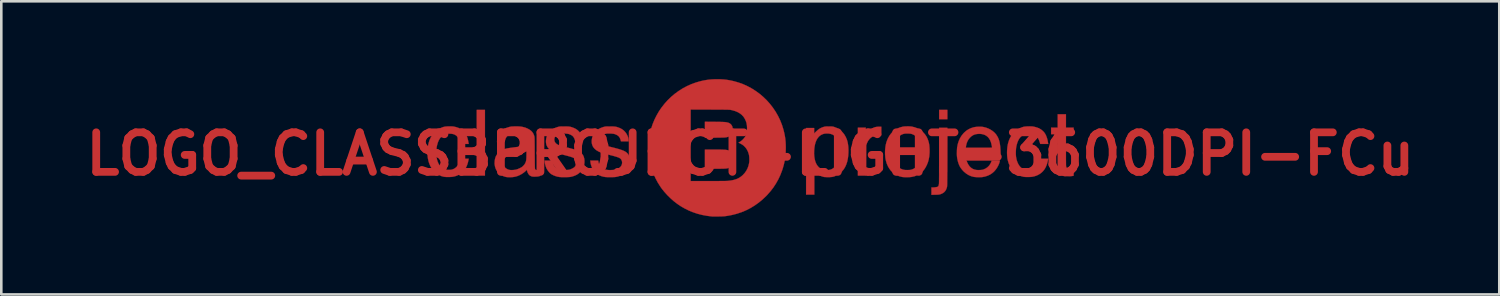
<source format=kicad_pcb>
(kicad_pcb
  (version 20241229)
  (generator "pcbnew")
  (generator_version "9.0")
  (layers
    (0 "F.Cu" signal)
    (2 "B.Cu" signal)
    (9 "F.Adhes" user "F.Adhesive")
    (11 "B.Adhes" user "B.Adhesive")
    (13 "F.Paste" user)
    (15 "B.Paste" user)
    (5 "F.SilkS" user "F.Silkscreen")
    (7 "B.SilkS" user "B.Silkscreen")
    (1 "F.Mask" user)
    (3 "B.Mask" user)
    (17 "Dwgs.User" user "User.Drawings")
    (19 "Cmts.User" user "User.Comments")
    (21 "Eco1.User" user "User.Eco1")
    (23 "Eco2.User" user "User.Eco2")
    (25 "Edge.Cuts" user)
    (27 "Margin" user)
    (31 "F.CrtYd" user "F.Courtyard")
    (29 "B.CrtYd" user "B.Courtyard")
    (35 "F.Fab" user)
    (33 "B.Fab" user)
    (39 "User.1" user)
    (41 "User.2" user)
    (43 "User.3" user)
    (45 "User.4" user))
  (footprint "LOGO_CLASSBPROJECT-LIGHT-3600DPI-FCu"
    (layer "F.Cu")
    (at 25.879 2.887)
    (property "Reference" "LOGO_CLASSBPROJECT-LIGHT-3600DPI-FCu" (at 0 0 0) (layer "F.Cu") (effects (font (size 1.524 1.524) (thickness 0.3))))
    (attr through_hole)
    (fp_poly (pts (xy -10.231 0.833) (xy -10.548 0.833) (xy -10.548 -1.7) (xy -10.231 -1.7) (xy -10.231 0.833)) (stroke (width 0.01) (type solid)) (fill yes) (layer "F.Cu"))
    (fp_poly (pts (xy 7.599 -1.341) (xy 7.281 -1.341) (xy 7.281 -1.7) (xy 7.599 -1.7) (xy 7.599 -1.341)) (stroke (width 0.01) (type solid)) (fill yes) (layer "F.Cu"))
    (fp_poly (pts (xy 5.052 -0.72) (xy 4.958 -0.72) (xy 4.876 -0.716) (xy 4.805 -0.705) (xy 4.743 -0.685) (xy 4.687 -0.656) (xy 4.637 -0.617) (xy 4.609 -0.59) (xy 4.568 -0.541) (xy 4.535 -0.493) (xy 4.508 -0.439) (xy 4.492 -0.397) (xy 4.47 -0.335) (xy 4.468 0.249) (xy 4.466 0.833) (xy 4.149 0.833) (xy 4.149 -1.016) (xy 4.452 -1.016) (xy 4.452 -0.724) (xy 4.473 -0.756) (xy 4.497 -0.79) (xy 4.529 -0.829) (xy 4.566 -0.869) (xy 4.604 -0.908) (xy 4.641 -0.94) (xy 4.646 -0.944) (xy 4.701 -0.985) (xy 4.755 -1.014) (xy 4.812 -1.035) (xy 4.874 -1.046) (xy 4.944 -1.051) (xy 4.963 -1.051) (xy 5.052 -1.051) (xy 5.052 -0.72)) (stroke (width 0.01) (type solid)) (fill yes) (layer "F.Cu"))
    (fp_poly (pts (xy -1.392 -0.169) (xy -1.294 -0.169) (xy -1.209 -0.169) (xy -1.136 -0.168) (xy -1.073 -0.166) (xy -1.02 -0.164) (xy -0.974 -0.162) (xy -0.936 -0.158) (xy -0.903 -0.153) (xy -0.874 -0.148) (xy -0.848 -0.141) (xy -0.825 -0.132) (xy -0.802 -0.123) (xy -0.785 -0.115) (xy -0.731 -0.081) (xy -0.686 -0.038) (xy -0.653 0.015) (xy -0.63 0.074) (xy -0.625 0.104) (xy -0.622 0.143) (xy -0.621 0.187) (xy -0.623 0.231) (xy -0.626 0.271) (xy -0.628 0.286) (xy -0.647 0.349) (xy -0.676 0.406) (xy -0.716 0.457) (xy -0.764 0.498) (xy -0.807 0.523) (xy -0.826 0.531) (xy -0.844 0.539) (xy -0.862 0.545) (xy -0.88 0.551) (xy -0.902 0.555) (xy -0.926 0.559) (xy -0.956 0.562) (xy -0.992 0.564) (xy -1.035 0.566) (xy -1.087 0.567) (xy -1.148 0.568) (xy -1.22 0.569) (xy -1.305 0.569) (xy -1.349 0.57) (xy -1.75 0.573) (xy -1.75 -0.169) (xy -1.392 -0.169)) (stroke (width 0.01) (type solid)) (fill yes) (layer "F.Cu"))
    (fp_poly (pts (xy -1.371 -1.24) (xy -1.283 -1.239) (xy -1.208 -1.238) (xy -1.144 -1.237) (xy -1.09 -1.236) (xy -1.045 -1.234) (xy -1.007 -1.232) (xy -0.975 -1.23) (xy -0.948 -1.227) (xy -0.923 -1.223) (xy -0.901 -1.219) (xy -0.878 -1.213) (xy -0.855 -1.207) (xy -0.844 -1.204) (xy -0.796 -1.182) (xy -0.752 -1.149) (xy -0.722 -1.112) (xy -0.705 -1.085) (xy -0.694 -1.058) (xy -0.686 -1.028) (xy -0.682 -0.992) (xy -0.681 -0.946) (xy -0.681 -0.935) (xy -0.682 -0.895) (xy -0.684 -0.866) (xy -0.687 -0.843) (xy -0.693 -0.823) (xy -0.697 -0.81) (xy -0.724 -0.761) (xy -0.761 -0.72) (xy -0.809 -0.687) (xy -0.822 -0.681) (xy -0.843 -0.671) (xy -0.861 -0.663) (xy -0.88 -0.656) (xy -0.899 -0.65) (xy -0.92 -0.645) (xy -0.945 -0.641) (xy -0.974 -0.638) (xy -1.009 -0.636) (xy -1.051 -0.634) (xy -1.102 -0.633) (xy -1.163 -0.632) (xy -1.234 -0.631) (xy -1.318 -0.63) (xy -1.36 -0.63) (xy -1.75 -0.627) (xy -1.75 -1.243) (xy -1.371 -1.24)) (stroke (width 0.01) (type solid)) (fill yes) (layer "F.Cu"))
    (fp_poly (pts (xy 7.597 0.111) (xy 7.597 0.259) (xy 7.596 0.394) (xy 7.596 0.515) (xy 7.596 0.625) (xy 7.595 0.723) (xy 7.595 0.811) (xy 7.594 0.888) (xy 7.594 0.956) (xy 7.593 1.015) (xy 7.593 1.066) (xy 7.592 1.11) (xy 7.592 1.147) (xy 7.591 1.178) (xy 7.59 1.203) (xy 7.589 1.224) (xy 7.588 1.241) (xy 7.587 1.254) (xy 7.585 1.265) (xy 7.584 1.274) (xy 7.582 1.281) (xy 7.559 1.352) (xy 7.527 1.412) (xy 7.485 1.463) (xy 7.433 1.504) (xy 7.37 1.537) (xy 7.313 1.556) (xy 7.291 1.561) (xy 7.263 1.565) (xy 7.227 1.568) (xy 7.18 1.57) (xy 7.128 1.571) (xy 6.985 1.575) (xy 6.985 1.291) (xy 7.029 1.291) (xy 7.069 1.29) (xy 7.111 1.286) (xy 7.152 1.281) (xy 7.188 1.274) (xy 7.215 1.267) (xy 7.218 1.266) (xy 7.238 1.254) (xy 7.253 1.236) (xy 7.264 1.209) (xy 7.272 1.171) (xy 7.274 1.16) (xy 7.275 1.146) (xy 7.276 1.118) (xy 7.277 1.077) (xy 7.278 1.022) (xy 7.278 0.956) (xy 7.279 0.877) (xy 7.28 0.786) (xy 7.28 0.683) (xy 7.28 0.57) (xy 7.281 0.446) (xy 7.281 0.312) (xy 7.281 0.168) (xy 7.281 0.051) (xy 7.281 -1.009) (xy 7.599 -1.009) (xy 7.597 0.111)) (stroke (width 0.01) (type solid)) (fill yes) (layer "F.Cu"))
    (fp_poly (pts (xy 12.171 -1.016) (xy 12.467 -1.016) (xy 12.467 -0.762) (xy 12.171 -0.762) (xy 12.171 -0.143) (xy 12.171 -0.035) (xy 12.171 0.06) (xy 12.171 0.142) (xy 12.171 0.213) (xy 12.172 0.274) (xy 12.172 0.325) (xy 12.173 0.367) (xy 12.173 0.402) (xy 12.174 0.429) (xy 12.175 0.451) (xy 12.176 0.468) (xy 12.178 0.481) (xy 12.179 0.49) (xy 12.181 0.497) (xy 12.183 0.503) (xy 12.184 0.504) (xy 12.198 0.53) (xy 12.215 0.549) (xy 12.237 0.563) (xy 12.266 0.572) (xy 12.304 0.577) (xy 12.354 0.578) (xy 12.372 0.579) (xy 12.467 0.579) (xy 12.467 0.838) (xy 12.427 0.847) (xy 12.399 0.851) (xy 12.362 0.854) (xy 12.318 0.857) (xy 12.27 0.858) (xy 12.221 0.858) (xy 12.175 0.858) (xy 12.134 0.856) (xy 12.102 0.853) (xy 12.085 0.85) (xy 12.025 0.829) (xy 11.975 0.799) (xy 11.934 0.758) (xy 11.901 0.707) (xy 11.876 0.644) (xy 11.865 0.602) (xy 11.863 0.592) (xy 11.861 0.58) (xy 11.86 0.565) (xy 11.858 0.547) (xy 11.857 0.524) (xy 11.856 0.495) (xy 11.855 0.46) (xy 11.855 0.417) (xy 11.854 0.366) (xy 11.854 0.306) (xy 11.854 0.236) (xy 11.853 0.155) (xy 11.853 0.063) (xy 11.853 -0.043) (xy 11.853 -0.105) (xy 11.853 -0.762) (xy 11.599 -0.762) (xy 11.599 -1.016) (xy 11.853 -1.016) (xy 11.853 -1.531) (xy 12.171 -1.531) (xy 12.171 -1.016)) (stroke (width 0.01) (type solid)) (fill yes) (layer "F.Cu"))
    (fp_poly (pts (xy -11.519 -1.064) (xy -11.473 -1.061) (xy -11.451 -1.059) (xy -11.35 -1.038) (xy -11.258 -1.008) (xy -11.175 -0.969) (xy -11.102 -0.92) (xy -11.039 -0.862) (xy -11.015 -0.835) (xy -10.972 -0.773) (xy -10.936 -0.7) (xy -10.906 -0.617) (xy -10.881 -0.522) (xy -10.863 -0.418) (xy -10.858 -0.388) (xy -11.167 -0.388) (xy -11.183 -0.449) (xy -11.206 -0.518) (xy -11.236 -0.583) (xy -11.271 -0.64) (xy -11.306 -0.68) (xy -11.349 -0.718) (xy -11.396 -0.746) (xy -11.449 -0.766) (xy -11.511 -0.778) (xy -11.583 -0.783) (xy -11.6 -0.783) (xy -11.647 -0.782) (xy -11.689 -0.778) (xy -11.721 -0.773) (xy -11.723 -0.772) (xy -11.796 -0.747) (xy -11.861 -0.71) (xy -11.919 -0.66) (xy -11.969 -0.599) (xy -12.012 -0.525) (xy -12.048 -0.439) (xy -12.076 -0.342) (xy -12.09 -0.277) (xy -12.097 -0.227) (xy -12.102 -0.167) (xy -12.105 -0.102) (xy -12.106 -0.035) (xy -12.105 0.029) (xy -12.101 0.087) (xy -12.097 0.12) (xy -12.079 0.213) (xy -12.052 0.3) (xy -12.018 0.377) (xy -11.978 0.445) (xy -11.931 0.501) (xy -11.887 0.54) (xy -11.842 0.569) (xy -11.792 0.59) (xy -11.757 0.6) (xy -11.71 0.609) (xy -11.655 0.613) (xy -11.597 0.613) (xy -11.544 0.609) (xy -11.508 0.603) (xy -11.442 0.58) (xy -11.381 0.545) (xy -11.326 0.498) (xy -11.277 0.439) (xy -11.235 0.37) (xy -11.2 0.292) (xy -11.176 0.213) (xy -11.168 0.183) (xy -10.858 0.183) (xy -10.862 0.21) (xy -10.886 0.324) (xy -10.919 0.427) (xy -10.959 0.519) (xy -11.008 0.6) (xy -11.066 0.671) (xy -11.132 0.732) (xy -11.18 0.766) (xy -11.247 0.805) (xy -11.315 0.836) (xy -11.39 0.86) (xy -11.473 0.878) (xy -11.475 0.878) (xy -11.513 0.883) (xy -11.561 0.886) (xy -11.614 0.888) (xy -11.668 0.888) (xy -11.721 0.887) (xy -11.768 0.884) (xy -11.806 0.879) (xy -11.814 0.878) (xy -11.911 0.852) (xy -12.002 0.813) (xy -12.086 0.763) (xy -12.162 0.701) (xy -12.231 0.629) (xy -12.291 0.546) (xy -12.342 0.454) (xy -12.384 0.352) (xy -12.41 0.265) (xy -12.43 0.17) (xy -12.442 0.065) (xy -12.446 -0.045) (xy -12.443 -0.156) (xy -12.432 -0.267) (xy -12.414 -0.374) (xy -12.403 -0.42) (xy -12.369 -0.529) (xy -12.324 -0.629) (xy -12.269 -0.722) (xy -12.205 -0.804) (xy -12.131 -0.877) (xy -12.049 -0.94) (xy -11.96 -0.991) (xy -11.863 -1.031) (xy -11.815 -1.045) (xy -11.78 -1.052) (xy -11.735 -1.058) (xy -11.683 -1.062) (xy -11.627 -1.064) (xy -11.572 -1.065) (xy -11.519 -1.064)) (stroke (width 0.01) (type solid)) (fill yes) (layer "F.Cu"))
    (fp_poly (pts (xy 10.826 -1.064) (xy 10.872 -1.061) (xy 10.894 -1.059) (xy 10.995 -1.038) (xy 11.087 -1.008) (xy 11.17 -0.969) (xy 11.243 -0.92) (xy 11.306 -0.862) (xy 11.33 -0.835) (xy 11.373 -0.773) (xy 11.409 -0.7) (xy 11.439 -0.617) (xy 11.464 -0.522) (xy 11.482 -0.418) (xy 11.487 -0.388) (xy 11.178 -0.388) (xy 11.162 -0.449) (xy 11.139 -0.518) (xy 11.109 -0.583) (xy 11.074 -0.64) (xy 11.039 -0.68) (xy 10.996 -0.718) (xy 10.949 -0.746) (xy 10.895 -0.766) (xy 10.834 -0.778) (xy 10.762 -0.783) (xy 10.745 -0.783) (xy 10.698 -0.782) (xy 10.656 -0.778) (xy 10.624 -0.773) (xy 10.622 -0.772) (xy 10.549 -0.747) (xy 10.484 -0.71) (xy 10.426 -0.66) (xy 10.376 -0.599) (xy 10.333 -0.525) (xy 10.297 -0.439) (xy 10.269 -0.342) (xy 10.255 -0.277) (xy 10.248 -0.227) (xy 10.243 -0.167) (xy 10.24 -0.102) (xy 10.239 -0.035) (xy 10.24 0.029) (xy 10.244 0.087) (xy 10.248 0.12) (xy 10.266 0.213) (xy 10.293 0.3) (xy 10.327 0.377) (xy 10.367 0.445) (xy 10.414 0.501) (xy 10.458 0.54) (xy 10.503 0.569) (xy 10.553 0.59) (xy 10.587 0.6) (xy 10.635 0.609) (xy 10.69 0.613) (xy 10.747 0.613) (xy 10.801 0.609) (xy 10.837 0.603) (xy 10.903 0.58) (xy 10.964 0.545) (xy 11.019 0.498) (xy 11.068 0.439) (xy 11.11 0.37) (xy 11.145 0.292) (xy 11.169 0.213) (xy 11.177 0.183) (xy 11.487 0.183) (xy 11.483 0.21) (xy 11.458 0.324) (xy 11.426 0.427) (xy 11.386 0.519) (xy 11.337 0.6) (xy 11.279 0.671) (xy 11.213 0.732) (xy 11.165 0.766) (xy 11.098 0.805) (xy 11.03 0.836) (xy 10.955 0.86) (xy 10.872 0.878) (xy 10.87 0.878) (xy 10.832 0.883) (xy 10.784 0.886) (xy 10.731 0.888) (xy 10.677 0.888) (xy 10.624 0.887) (xy 10.577 0.884) (xy 10.539 0.879) (xy 10.531 0.878) (xy 10.434 0.852) (xy 10.343 0.813) (xy 10.259 0.763) (xy 10.183 0.701) (xy 10.114 0.629) (xy 10.054 0.546) (xy 10.003 0.454) (xy 9.961 0.352) (xy 9.935 0.265) (xy 9.915 0.17) (xy 9.903 0.065) (xy 9.899 -0.045) (xy 9.902 -0.156) (xy 9.913 -0.267) (xy 9.931 -0.374) (xy 9.942 -0.42) (xy 9.976 -0.529) (xy 10.021 -0.629) (xy 10.076 -0.722) (xy 10.14 -0.804) (xy 10.214 -0.877) (xy 10.296 -0.94) (xy 10.385 -0.991) (xy 10.482 -1.031) (xy 10.53 -1.045) (xy 10.565 -1.052) (xy 10.61 -1.058) (xy 10.662 -1.062) (xy 10.717 -1.064) (xy 10.773 -1.065) (xy 10.826 -1.064)) (stroke (width 0.01) (type solid)) (fill yes) (layer "F.Cu"))
    (fp_poly (pts (xy 3.082 -1.061) (xy 3.119 -1.061) (xy 3.148 -1.059) (xy 3.171 -1.057) (xy 3.19 -1.054) (xy 3.21 -1.049) (xy 3.233 -1.042) (xy 3.235 -1.042) (xy 3.328 -1.006) (xy 3.414 -0.958) (xy 3.493 -0.899) (xy 3.564 -0.829) (xy 3.626 -0.75) (xy 3.678 -0.661) (xy 3.72 -0.565) (xy 3.728 -0.542) (xy 3.752 -0.457) (xy 3.769 -0.361) (xy 3.78 -0.259) (xy 3.785 -0.152) (xy 3.783 -0.042) (xy 3.776 0.067) (xy 3.762 0.172) (xy 3.742 0.272) (xy 3.729 0.321) (xy 3.692 0.427) (xy 3.645 0.524) (xy 3.588 0.61) (xy 3.522 0.686) (xy 3.447 0.752) (xy 3.362 0.807) (xy 3.327 0.826) (xy 3.281 0.847) (xy 3.24 0.863) (xy 3.201 0.876) (xy 3.161 0.884) (xy 3.117 0.889) (xy 3.065 0.892) (xy 3.002 0.892) (xy 2.995 0.892) (xy 2.946 0.892) (xy 2.909 0.891) (xy 2.88 0.89) (xy 2.857 0.888) (xy 2.837 0.885) (xy 2.818 0.88) (xy 2.796 0.874) (xy 2.79 0.872) (xy 2.739 0.855) (xy 2.694 0.835) (xy 2.654 0.812) (xy 2.614 0.783) (xy 2.572 0.745) (xy 2.549 0.723) (xy 2.469 0.646) (xy 2.469 1.566) (xy 2.152 1.566) (xy 2.152 -0.016) (xy 2.46 -0.016) (xy 2.467 0.094) (xy 2.482 0.195) (xy 2.506 0.286) (xy 2.538 0.367) (xy 2.578 0.437) (xy 2.627 0.496) (xy 2.683 0.545) (xy 2.748 0.582) (xy 2.82 0.608) (xy 2.847 0.614) (xy 2.879 0.618) (xy 2.919 0.62) (xy 2.963 0.62) (xy 3.007 0.618) (xy 3.046 0.614) (xy 3.072 0.61) (xy 3.135 0.587) (xy 3.197 0.552) (xy 3.254 0.507) (xy 3.306 0.454) (xy 3.349 0.396) (xy 3.365 0.368) (xy 3.397 0.298) (xy 3.422 0.224) (xy 3.441 0.144) (xy 3.454 0.055) (xy 3.461 -0.039) (xy 3.462 -0.149) (xy 3.454 -0.254) (xy 3.438 -0.352) (xy 3.413 -0.443) (xy 3.38 -0.525) (xy 3.339 -0.598) (xy 3.291 -0.659) (xy 3.281 -0.67) (xy 3.228 -0.716) (xy 3.169 -0.75) (xy 3.104 -0.773) (xy 3.031 -0.787) (xy 2.96 -0.79) (xy 2.916 -0.789) (xy 2.875 -0.786) (xy 2.844 -0.78) (xy 2.84 -0.78) (xy 2.767 -0.754) (xy 2.701 -0.717) (xy 2.644 -0.668) (xy 2.594 -0.607) (xy 2.552 -0.535) (xy 2.518 -0.451) (xy 2.492 -0.356) (xy 2.473 -0.249) (xy 2.463 -0.137) (xy 2.46 -0.016) (xy 2.152 -0.016) (xy 2.152 -1.002) (xy 2.462 -1.002) (xy 2.462 -0.792) (xy 2.538 -0.867) (xy 2.6 -0.923) (xy 2.66 -0.967) (xy 2.722 -1.003) (xy 2.791 -1.031) (xy 2.85 -1.049) (xy 2.87 -1.054) (xy 2.893 -1.057) (xy 2.92 -1.06) (xy 2.955 -1.061) (xy 3.001 -1.062) (xy 3.034 -1.062) (xy 3.082 -1.061)) (stroke (width 0.01) (type solid)) (fill yes) (layer "F.Cu"))
    (fp_poly (pts (xy 6.112 -1.065) (xy 6.168 -1.062) (xy 6.217 -1.057) (xy 6.234 -1.054) (xy 6.339 -1.029) (xy 6.439 -0.991) (xy 6.532 -0.941) (xy 6.618 -0.878) (xy 6.671 -0.829) (xy 6.735 -0.757) (xy 6.789 -0.679) (xy 6.832 -0.592) (xy 6.863 -0.508) (xy 6.88 -0.45) (xy 6.893 -0.392) (xy 6.902 -0.331) (xy 6.908 -0.264) (xy 6.912 -0.187) (xy 6.913 -0.175) (xy 6.912 -0.039) (xy 6.901 0.087) (xy 6.881 0.206) (xy 6.85 0.317) (xy 6.808 0.422) (xy 6.756 0.522) (xy 6.725 0.572) (xy 6.666 0.65) (xy 6.598 0.717) (xy 6.522 0.774) (xy 6.436 0.82) (xy 6.342 0.856) (xy 6.238 0.881) (xy 6.212 0.886) (xy 6.176 0.89) (xy 6.13 0.893) (xy 6.078 0.895) (xy 6.023 0.895) (xy 5.969 0.895) (xy 5.919 0.892) (xy 5.878 0.889) (xy 5.853 0.886) (xy 5.75 0.86) (xy 5.655 0.823) (xy 5.568 0.774) (xy 5.489 0.713) (xy 5.418 0.641) (xy 5.356 0.558) (xy 5.308 0.476) (xy 5.264 0.376) (xy 5.231 0.267) (xy 5.208 0.151) (xy 5.197 0.028) (xy 5.196 -0.058) (xy 5.524 -0.058) (xy 5.529 0.047) (xy 5.542 0.145) (xy 5.564 0.237) (xy 5.593 0.32) (xy 5.63 0.395) (xy 5.673 0.459) (xy 5.724 0.513) (xy 5.781 0.556) (xy 5.808 0.571) (xy 5.851 0.59) (xy 5.892 0.604) (xy 5.935 0.613) (xy 5.982 0.618) (xy 6.038 0.619) (xy 6.068 0.619) (xy 6.112 0.617) (xy 6.146 0.616) (xy 6.173 0.613) (xy 6.196 0.609) (xy 6.218 0.602) (xy 6.234 0.597) (xy 6.296 0.572) (xy 6.35 0.538) (xy 6.397 0.494) (xy 6.439 0.44) (xy 6.476 0.375) (xy 6.509 0.297) (xy 6.523 0.259) (xy 6.552 0.155) (xy 6.571 0.051) (xy 6.581 -0.057) (xy 6.581 -0.172) (xy 6.581 -0.173) (xy 6.575 -0.262) (xy 6.565 -0.341) (xy 6.549 -0.413) (xy 6.527 -0.479) (xy 6.498 -0.543) (xy 6.496 -0.546) (xy 6.453 -0.614) (xy 6.401 -0.672) (xy 6.339 -0.719) (xy 6.269 -0.755) (xy 6.244 -0.765) (xy 6.218 -0.773) (xy 6.194 -0.779) (xy 6.169 -0.784) (xy 6.14 -0.786) (xy 6.102 -0.788) (xy 6.084 -0.789) (xy 6.021 -0.789) (xy 5.967 -0.786) (xy 5.92 -0.778) (xy 5.875 -0.764) (xy 5.83 -0.745) (xy 5.77 -0.708) (xy 5.715 -0.66) (xy 5.667 -0.6) (xy 5.625 -0.529) (xy 5.589 -0.449) (xy 5.561 -0.361) (xy 5.541 -0.265) (xy 5.528 -0.162) (xy 5.524 -0.058) (xy 5.196 -0.058) (xy 5.196 -0.1) (xy 5.199 -0.161) (xy 5.21 -0.269) (xy 5.227 -0.366) (xy 5.249 -0.455) (xy 5.279 -0.538) (xy 5.313 -0.614) (xy 5.369 -0.711) (xy 5.433 -0.796) (xy 5.505 -0.87) (xy 5.586 -0.933) (xy 5.674 -0.984) (xy 5.77 -1.023) (xy 5.874 -1.051) (xy 5.896 -1.055) (xy 5.94 -1.06) (xy 5.994 -1.064) (xy 6.052 -1.065) (xy 6.112 -1.065)) (stroke (width 0.01) (type solid)) (fill yes) (layer "F.Cu"))
    (fp_poly (pts (xy 8.902 -1.05) (xy 8.957 -1.045) (xy 8.983 -1.041) (xy 9.079 -1.018) (xy 9.172 -0.984) (xy 9.258 -0.941) (xy 9.337 -0.89) (xy 9.407 -0.832) (xy 9.466 -0.769) (xy 9.488 -0.739) (xy 9.524 -0.683) (xy 9.554 -0.626) (xy 9.579 -0.565) (xy 9.6 -0.5) (xy 9.616 -0.428) (xy 9.629 -0.348) (xy 9.639 -0.258) (xy 9.646 -0.157) (xy 9.648 -0.101) (xy 9.652 0.007) (xy 8.304 0.007) (xy 8.304 0.037) (xy 8.306 0.067) (xy 8.311 0.106) (xy 8.318 0.15) (xy 8.326 0.195) (xy 8.335 0.235) (xy 8.34 0.253) (xy 8.368 0.334) (xy 8.405 0.406) (xy 8.449 0.469) (xy 8.5 0.522) (xy 8.557 0.563) (xy 8.581 0.575) (xy 8.627 0.595) (xy 8.672 0.608) (xy 8.72 0.616) (xy 8.775 0.62) (xy 8.837 0.619) (xy 8.88 0.617) (xy 8.913 0.615) (xy 8.94 0.611) (xy 8.964 0.606) (xy 8.99 0.598) (xy 8.992 0.597) (xy 9.068 0.564) (xy 9.136 0.519) (xy 9.195 0.464) (xy 9.244 0.4) (xy 9.282 0.327) (xy 9.29 0.307) (xy 9.31 0.254) (xy 9.467 0.254) (xy 9.624 0.254) (xy 9.62 0.28) (xy 9.604 0.342) (xy 9.578 0.409) (xy 9.544 0.478) (xy 9.504 0.546) (xy 9.458 0.609) (xy 9.409 0.666) (xy 9.398 0.678) (xy 9.322 0.743) (xy 9.239 0.797) (xy 9.147 0.839) (xy 9.046 0.871) (xy 8.956 0.889) (xy 8.912 0.893) (xy 8.86 0.895) (xy 8.802 0.896) (xy 8.744 0.894) (xy 8.688 0.891) (xy 8.639 0.886) (xy 8.608 0.881) (xy 8.51 0.854) (xy 8.418 0.813) (xy 8.33 0.759) (xy 8.247 0.692) (xy 8.24 0.686) (xy 8.174 0.616) (xy 8.117 0.543) (xy 8.07 0.464) (xy 8.033 0.377) (xy 8.003 0.282) (xy 7.98 0.176) (xy 7.973 0.127) (xy 7.969 0.088) (xy 7.966 0.039) (xy 7.965 -0.017) (xy 7.966 -0.076) (xy 7.967 -0.135) (xy 7.97 -0.189) (xy 7.974 -0.236) (xy 7.974 -0.24) (xy 8.31 -0.24) (xy 8.815 -0.24) (xy 8.912 -0.24) (xy 8.995 -0.24) (xy 9.067 -0.24) (xy 9.127 -0.24) (xy 9.177 -0.241) (xy 9.217 -0.241) (xy 9.249 -0.242) (xy 9.274 -0.243) (xy 9.292 -0.244) (xy 9.305 -0.245) (xy 9.313 -0.246) (xy 9.318 -0.248) (xy 9.32 -0.25) (xy 9.32 -0.252) (xy 9.319 -0.274) (xy 9.314 -0.305) (xy 9.306 -0.342) (xy 9.297 -0.382) (xy 9.288 -0.42) (xy 9.278 -0.453) (xy 9.278 -0.455) (xy 9.246 -0.533) (xy 9.206 -0.6) (xy 9.157 -0.657) (xy 9.099 -0.703) (xy 9.057 -0.727) (xy 9.005 -0.749) (xy 8.951 -0.764) (xy 8.894 -0.773) (xy 8.827 -0.776) (xy 8.822 -0.776) (xy 8.741 -0.771) (xy 8.669 -0.757) (xy 8.605 -0.732) (xy 8.595 -0.727) (xy 8.525 -0.682) (xy 8.465 -0.626) (xy 8.413 -0.561) (xy 8.372 -0.487) (xy 8.34 -0.404) (xy 8.319 -0.314) (xy 8.315 -0.28) (xy 8.31 -0.24) (xy 7.974 -0.24) (xy 7.976 -0.258) (xy 8 -0.38) (xy 8.035 -0.493) (xy 8.082 -0.598) (xy 8.139 -0.695) (xy 8.208 -0.783) (xy 8.254 -0.831) (xy 8.331 -0.898) (xy 8.416 -0.953) (xy 8.509 -0.996) (xy 8.607 -1.028) (xy 8.655 -1.038) (xy 8.713 -1.045) (xy 8.776 -1.05) (xy 8.841 -1.051) (xy 8.902 -1.05)) (stroke (width 0.01) (type solid)) (fill yes) (layer "F.Cu"))
    (fp_poly (pts (xy -7.109 -1.061) (xy -7.053 -1.06) (xy -7.006 -1.057) (xy -6.966 -1.052) (xy -6.928 -1.045) (xy -6.891 -1.035) (xy -6.853 -1.022) (xy -6.829 -1.013) (xy -6.755 -0.981) (xy -6.691 -0.942) (xy -6.65 -0.91) (xy -6.599 -0.86) (xy -6.553 -0.802) (xy -6.515 -0.737) (xy -6.485 -0.67) (xy -6.465 -0.602) (xy -6.456 -0.536) (xy -6.456 -0.524) (xy -6.456 -0.487) (xy -6.751 -0.487) (xy -6.759 -0.526) (xy -6.772 -0.57) (xy -6.793 -0.615) (xy -6.818 -0.656) (xy -6.845 -0.688) (xy -6.848 -0.691) (xy -6.887 -0.72) (xy -6.936 -0.746) (xy -6.991 -0.768) (xy -7.01 -0.773) (xy -7.039 -0.779) (xy -7.078 -0.783) (xy -7.124 -0.787) (xy -7.174 -0.789) (xy -7.223 -0.789) (xy -7.269 -0.788) (xy -7.307 -0.786) (xy -7.322 -0.783) (xy -7.38 -0.768) (xy -7.434 -0.744) (xy -7.48 -0.713) (xy -7.517 -0.676) (xy -7.537 -0.646) (xy -7.547 -0.619) (xy -7.553 -0.585) (xy -7.555 -0.57) (xy -7.553 -0.517) (xy -7.538 -0.469) (xy -7.51 -0.426) (xy -7.469 -0.388) (xy -7.415 -0.355) (xy -7.365 -0.332) (xy -7.345 -0.325) (xy -7.314 -0.316) (xy -7.273 -0.304) (xy -7.225 -0.291) (xy -7.172 -0.277) (xy -7.115 -0.263) (xy -7.084 -0.255) (xy -6.984 -0.23) (xy -6.896 -0.206) (xy -6.82 -0.185) (xy -6.755 -0.164) (xy -6.699 -0.144) (xy -6.651 -0.125) (xy -6.61 -0.105) (xy -6.575 -0.085) (xy -6.545 -0.064) (xy -6.536 -0.057) (xy -6.504 -0.026) (xy -6.472 0.014) (xy -6.444 0.058) (xy -6.424 0.102) (xy -6.422 0.106) (xy -6.403 0.177) (xy -6.394 0.255) (xy -6.395 0.335) (xy -6.406 0.415) (xy -6.427 0.492) (xy -6.452 0.549) (xy -6.498 0.627) (xy -6.555 0.696) (xy -6.621 0.754) (xy -6.697 0.803) (xy -6.784 0.842) (xy -6.881 0.872) (xy -6.885 0.873) (xy -6.911 0.878) (xy -6.934 0.883) (xy -6.957 0.886) (xy -6.983 0.889) (xy -7.015 0.89) (xy -7.054 0.892) (xy -7.104 0.892) (xy -7.133 0.893) (xy -7.184 0.893) (xy -7.234 0.893) (xy -7.279 0.892) (xy -7.317 0.891) (xy -7.345 0.889) (xy -7.355 0.888) (xy -7.434 0.874) (xy -7.51 0.852) (xy -7.583 0.824) (xy -7.648 0.792) (xy -7.694 0.761) (xy -7.73 0.729) (xy -7.768 0.688) (xy -7.805 0.64) (xy -7.837 0.589) (xy -7.857 0.554) (xy -7.883 0.49) (xy -7.906 0.419) (xy -7.921 0.347) (xy -7.927 0.305) (xy -7.932 0.254) (xy -7.628 0.254) (xy -7.623 0.28) (xy -7.619 0.303) (xy -7.613 0.331) (xy -7.609 0.348) (xy -7.587 0.413) (xy -7.554 0.469) (xy -7.51 0.517) (xy -7.456 0.556) (xy -7.39 0.586) (xy -7.314 0.608) (xy -7.279 0.614) (xy -7.244 0.618) (xy -7.201 0.62) (xy -7.152 0.62) (xy -7.102 0.618) (xy -7.053 0.615) (xy -7.01 0.611) (xy -6.977 0.606) (xy -6.967 0.603) (xy -6.919 0.587) (xy -6.87 0.565) (xy -6.826 0.541) (xy -6.789 0.515) (xy -6.773 0.5) (xy -6.74 0.458) (xy -6.718 0.41) (xy -6.707 0.358) (xy -6.707 0.306) (xy -6.719 0.257) (xy -6.739 0.216) (xy -6.751 0.199) (xy -6.766 0.184) (xy -6.783 0.169) (xy -6.804 0.156) (xy -6.831 0.142) (xy -6.864 0.129) (xy -6.905 0.114) (xy -6.954 0.099) (xy -7.013 0.082) (xy -7.083 0.063) (xy -7.165 0.042) (xy -7.204 0.032) (xy -7.281 0.012) (xy -7.347 -0.005) (xy -7.402 -0.02) (xy -7.448 -0.033) (xy -7.487 -0.045) (xy -7.52 -0.056) (xy -7.549 -0.067) (xy -7.575 -0.078) (xy -7.601 -0.09) (xy -7.627 -0.103) (xy -7.627 -0.103) (xy -7.701 -0.147) (xy -7.762 -0.198) (xy -7.811 -0.254) (xy -7.846 -0.316) (xy -7.869 -0.385) (xy -7.879 -0.459) (xy -7.878 -0.525) (xy -7.864 -0.616) (xy -7.838 -0.7) (xy -7.8 -0.776) (xy -7.751 -0.844) (xy -7.69 -0.905) (xy -7.619 -0.957) (xy -7.537 -1) (xy -7.445 -1.034) (xy -7.404 -1.046) (xy -7.382 -1.051) (xy -7.362 -1.055) (xy -7.34 -1.058) (xy -7.314 -1.06) (xy -7.283 -1.061) (xy -7.243 -1.062) (xy -7.191 -1.062) (xy -7.176 -1.062) (xy -7.109 -1.061)) (stroke (width 0.01) (type solid)) (fill yes) (layer "F.Cu"))
    (fp_poly (pts (xy -5.345 -1.061) (xy -5.289 -1.06) (xy -5.243 -1.057) (xy -5.202 -1.052) (xy -5.164 -1.045) (xy -5.128 -1.035) (xy -5.089 -1.022) (xy -5.065 -1.013) (xy -4.991 -0.981) (xy -4.927 -0.942) (xy -4.886 -0.91) (xy -4.835 -0.86) (xy -4.789 -0.802) (xy -4.751 -0.737) (xy -4.721 -0.67) (xy -4.701 -0.602) (xy -4.692 -0.536) (xy -4.692 -0.524) (xy -4.692 -0.487) (xy -4.987 -0.487) (xy -4.995 -0.526) (xy -5.009 -0.57) (xy -5.029 -0.615) (xy -5.054 -0.656) (xy -5.081 -0.688) (xy -5.084 -0.691) (xy -5.123 -0.72) (xy -5.172 -0.746) (xy -5.227 -0.768) (xy -5.246 -0.773) (xy -5.275 -0.779) (xy -5.314 -0.783) (xy -5.36 -0.787) (xy -5.41 -0.789) (xy -5.459 -0.789) (xy -5.505 -0.788) (xy -5.543 -0.786) (xy -5.558 -0.783) (xy -5.616 -0.768) (xy -5.67 -0.744) (xy -5.716 -0.713) (xy -5.753 -0.676) (xy -5.773 -0.646) (xy -5.783 -0.619) (xy -5.79 -0.585) (xy -5.791 -0.57) (xy -5.789 -0.517) (xy -5.774 -0.469) (xy -5.746 -0.426) (xy -5.705 -0.388) (xy -5.651 -0.355) (xy -5.601 -0.332) (xy -5.581 -0.325) (xy -5.55 -0.316) (xy -5.51 -0.304) (xy -5.461 -0.291) (xy -5.408 -0.277) (xy -5.351 -0.263) (xy -5.32 -0.255) (xy -5.22 -0.23) (xy -5.132 -0.206) (xy -5.057 -0.185) (xy -4.991 -0.164) (xy -4.935 -0.144) (xy -4.887 -0.125) (xy -4.846 -0.105) (xy -4.811 -0.085) (xy -4.781 -0.064) (xy -4.772 -0.057) (xy -4.74 -0.026) (xy -4.708 0.014) (xy -4.681 0.058) (xy -4.66 0.102) (xy -4.658 0.106) (xy -4.639 0.177) (xy -4.63 0.255) (xy -4.631 0.335) (xy -4.642 0.415) (xy -4.663 0.492) (xy -4.688 0.549) (xy -4.735 0.627) (xy -4.791 0.696) (xy -4.857 0.754) (xy -4.933 0.803) (xy -5.02 0.842) (xy -5.117 0.872) (xy -5.121 0.873) (xy -5.147 0.878) (xy -5.17 0.883) (xy -5.193 0.886) (xy -5.219 0.889) (xy -5.251 0.89) (xy -5.29 0.892) (xy -5.34 0.892) (xy -5.369 0.893) (xy -5.421 0.893) (xy -5.47 0.893) (xy -5.515 0.892) (xy -5.553 0.891) (xy -5.581 0.889) (xy -5.592 0.888) (xy -5.67 0.874) (xy -5.747 0.852) (xy -5.819 0.824) (xy -5.884 0.792) (xy -5.93 0.761) (xy -5.966 0.729) (xy -6.004 0.688) (xy -6.041 0.64) (xy -6.074 0.589) (xy -6.093 0.554) (xy -6.119 0.49) (xy -6.142 0.419) (xy -6.157 0.347) (xy -6.163 0.305) (xy -6.168 0.254) (xy -5.864 0.254) (xy -5.859 0.28) (xy -5.855 0.303) (xy -5.849 0.331) (xy -5.845 0.348) (xy -5.823 0.413) (xy -5.79 0.469) (xy -5.746 0.517) (xy -5.692 0.556) (xy -5.626 0.586) (xy -5.55 0.608) (xy -5.515 0.614) (xy -5.481 0.618) (xy -5.437 0.62) (xy -5.388 0.62) (xy -5.338 0.618) (xy -5.289 0.615) (xy -5.246 0.611) (xy -5.213 0.606) (xy -5.203 0.603) (xy -5.155 0.587) (xy -5.106 0.565) (xy -5.062 0.541) (xy -5.025 0.515) (xy -5.009 0.5) (xy -4.976 0.458) (xy -4.954 0.41) (xy -4.943 0.358) (xy -4.943 0.306) (xy -4.955 0.257) (xy -4.975 0.216) (xy -4.987 0.199) (xy -5.002 0.184) (xy -5.019 0.169) (xy -5.04 0.156) (xy -5.067 0.142) (xy -5.1 0.129) (xy -5.141 0.114) (xy -5.19 0.099) (xy -5.249 0.082) (xy -5.319 0.063) (xy -5.402 0.042) (xy -5.44 0.032) (xy -5.518 0.012) (xy -5.583 -0.005) (xy -5.638 -0.02) (xy -5.684 -0.033) (xy -5.723 -0.045) (xy -5.756 -0.056) (xy -5.785 -0.067) (xy -5.811 -0.078) (xy -5.837 -0.09) (xy -5.863 -0.103) (xy -5.863 -0.103) (xy -5.937 -0.147) (xy -5.998 -0.198) (xy -6.047 -0.254) (xy -6.082 -0.316) (xy -6.105 -0.385) (xy -6.115 -0.459) (xy -6.114 -0.525) (xy -6.1 -0.616) (xy -6.074 -0.7) (xy -6.036 -0.776) (xy -5.987 -0.844) (xy -5.926 -0.905) (xy -5.855 -0.957) (xy -5.773 -1) (xy -5.681 -1.034) (xy -5.64 -1.046) (xy -5.618 -1.051) (xy -5.598 -1.055) (xy -5.576 -1.058) (xy -5.55 -1.06) (xy -5.519 -1.061) (xy -5.479 -1.062) (xy -5.427 -1.062) (xy -5.412 -1.062) (xy -5.345 -1.061)) (stroke (width 0.01) (type solid)) (fill yes) (layer "F.Cu"))
    (fp_poly (pts (xy -1.152 -2.88) (xy -1.036 -2.873) (xy -0.924 -2.862) (xy -0.814 -2.845) (xy -0.7 -2.821) (xy -0.629 -2.805) (xy -0.449 -2.753) (xy -0.273 -2.689) (xy -0.104 -2.612) (xy 0.06 -2.524) (xy 0.216 -2.424) (xy 0.365 -2.315) (xy 0.506 -2.195) (xy 0.638 -2.066) (xy 0.761 -1.928) (xy 0.875 -1.781) (xy 0.978 -1.627) (xy 1.07 -1.466) (xy 1.151 -1.299) (xy 1.22 -1.125) (xy 1.276 -0.946) (xy 1.29 -0.892) (xy 1.316 -0.782) (xy 1.336 -0.678) (xy 1.351 -0.575) (xy 1.361 -0.471) (xy 1.367 -0.362) (xy 1.369 -0.242) (xy 1.369 -0.232) (xy 1.365 -0.064) (xy 1.351 0.097) (xy 1.328 0.252) (xy 1.295 0.405) (xy 1.251 0.559) (xy 1.23 0.624) (xy 1.162 0.803) (xy 1.083 0.973) (xy 0.992 1.135) (xy 0.891 1.29) (xy 0.776 1.439) (xy 0.65 1.582) (xy 0.618 1.615) (xy 0.475 1.751) (xy 0.326 1.874) (xy 0.17 1.985) (xy 0.008 2.084) (xy -0.161 2.17) (xy -0.336 2.243) (xy -0.518 2.304) (xy -0.706 2.352) (xy -0.899 2.388) (xy -0.933 2.392) (xy -0.976 2.398) (xy -1.021 2.402) (xy -1.069 2.405) (xy -1.125 2.407) (xy -1.19 2.408) (xy -1.238 2.409) (xy -1.291 2.41) (xy -1.342 2.41) (xy -1.386 2.41) (xy -1.424 2.41) (xy -1.451 2.409) (xy -1.467 2.409) (xy -1.468 2.409) (xy -1.665 2.385) (xy -1.854 2.35) (xy -2.036 2.304) (xy -2.211 2.245) (xy -2.381 2.175) (xy -2.547 2.092) (xy -2.688 2.009) (xy -2.822 1.918) (xy -2.954 1.816) (xy -3.081 1.703) (xy -3.202 1.584) (xy -3.315 1.458) (xy -3.417 1.33) (xy -3.459 1.27) (xy -3.564 1.106) (xy -3.597 1.044) (xy -2.3 1.044) (xy -1.616 1.044) (xy -1.499 1.044) (xy -1.389 1.044) (xy -1.287 1.044) (xy -1.195 1.043) (xy -1.112 1.042) (xy -1.039 1.042) (xy -0.977 1.041) (xy -0.927 1.04) (xy -0.889 1.039) (xy -0.865 1.037) (xy -0.86 1.037) (xy -0.752 1.023) (xy -0.655 1.005) (xy -0.57 0.981) (xy -0.492 0.952) (xy -0.422 0.915) (xy -0.357 0.871) (xy -0.295 0.82) (xy -0.29 0.815) (xy -0.218 0.737) (xy -0.157 0.651) (xy -0.107 0.558) (xy -0.07 0.458) (xy -0.046 0.353) (xy -0.045 0.352) (xy -0.039 0.299) (xy -0.036 0.238) (xy -0.037 0.175) (xy -0.04 0.113) (xy -0.047 0.057) (xy -0.056 0.011) (xy -0.087 -0.084) (xy -0.128 -0.168) (xy -0.18 -0.243) (xy -0.241 -0.308) (xy -0.313 -0.363) (xy -0.395 -0.409) (xy -0.404 -0.413) (xy -0.427 -0.424) (xy -0.444 -0.432) (xy -0.451 -0.438) (xy -0.451 -0.438) (xy -0.446 -0.444) (xy -0.433 -0.451) (xy -0.385 -0.477) (xy -0.336 -0.514) (xy -0.288 -0.557) (xy -0.245 -0.604) (xy -0.21 -0.651) (xy -0.196 -0.675) (xy -0.165 -0.747) (xy -0.142 -0.827) (xy -0.129 -0.914) (xy -0.124 -1.004) (xy -0.129 -1.095) (xy -0.144 -1.184) (xy -0.148 -1.201) (xy -0.165 -1.254) (xy -0.189 -1.312) (xy -0.218 -1.368) (xy -0.249 -1.418) (xy -0.271 -1.448) (xy -0.332 -1.512) (xy -0.404 -1.567) (xy -0.485 -1.614) (xy -0.578 -1.653) (xy -0.683 -1.684) (xy -0.744 -1.698) (xy -0.755 -1.7) (xy -0.767 -1.702) (xy -0.782 -1.703) (xy -0.801 -1.705) (xy -0.825 -1.706) (xy -0.853 -1.707) (xy -0.888 -1.708) (xy -0.93 -1.709) (xy -0.98 -1.709) (xy -1.038 -1.71) (xy -1.106 -1.71) (xy -1.185 -1.711) (xy -1.274 -1.711) (xy -1.376 -1.712) (xy -1.49 -1.712) (xy -1.55 -1.713) (xy -2.3 -1.715) (xy -2.3 1.044) (xy -3.597 1.044) (xy -3.655 0.936) (xy -3.733 0.761) (xy -3.799 0.581) (xy -3.851 0.395) (xy -3.889 0.205) (xy -3.912 0.037) (xy -3.919 -0.052) (xy -3.923 -0.15) (xy -3.924 -0.253) (xy -3.921 -0.359) (xy -3.915 -0.461) (xy -3.907 -0.558) (xy -3.901 -0.603) (xy -3.869 -0.788) (xy -3.824 -0.969) (xy -3.767 -1.146) (xy -3.697 -1.317) (xy -3.615 -1.482) (xy -3.523 -1.641) (xy -3.42 -1.793) (xy -3.306 -1.938) (xy -3.184 -2.074) (xy -3.052 -2.202) (xy -2.911 -2.321) (xy -2.763 -2.429) (xy -2.607 -2.528) (xy -2.444 -2.615) (xy -2.275 -2.691) (xy -2.099 -2.755) (xy -1.925 -2.805) (xy -1.807 -2.832) (xy -1.695 -2.852) (xy -1.585 -2.867) (xy -1.472 -2.876) (xy -1.353 -2.881) (xy -1.277 -2.882) (xy -1.152 -2.88)) (stroke (width 0.01) (type solid)) (fill yes) (layer "F.Cu"))
    (fp_poly (pts (xy -8.887 -1.059) (xy -8.807 -1.049) (xy -8.734 -1.033) (xy -8.664 -1.012) (xy -8.596 -0.983) (xy -8.576 -0.974) (xy -8.506 -0.934) (xy -8.447 -0.889) (xy -8.4 -0.838) (xy -8.363 -0.778) (xy -8.335 -0.71) (xy -8.328 -0.688) (xy -8.326 -0.679) (xy -8.324 -0.67) (xy -8.322 -0.657) (xy -8.321 -0.641) (xy -8.319 -0.621) (xy -8.318 -0.596) (xy -8.317 -0.564) (xy -8.316 -0.526) (xy -8.315 -0.479) (xy -8.315 -0.423) (xy -8.314 -0.357) (xy -8.313 -0.281) (xy -8.313 -0.192) (xy -8.312 -0.091) (xy -8.312 -0.039) (xy -8.311 0.073) (xy -8.31 0.171) (xy -8.309 0.257) (xy -8.309 0.33) (xy -8.308 0.393) (xy -8.307 0.445) (xy -8.306 0.488) (xy -8.305 0.522) (xy -8.303 0.547) (xy -8.302 0.566) (xy -8.301 0.578) (xy -8.299 0.584) (xy -8.299 0.584) (xy -8.287 0.6) (xy -8.273 0.611) (xy -8.253 0.618) (xy -8.225 0.62) (xy -8.186 0.62) (xy -8.181 0.619) (xy -8.107 0.616) (xy -8.107 0.846) (xy -8.144 0.858) (xy -8.172 0.864) (xy -8.211 0.869) (xy -8.255 0.872) (xy -8.301 0.874) (xy -8.347 0.874) (xy -8.386 0.871) (xy -8.417 0.867) (xy -8.425 0.865) (xy -8.477 0.844) (xy -8.521 0.812) (xy -8.556 0.769) (xy -8.585 0.714) (xy -8.606 0.648) (xy -8.611 0.627) (xy -8.615 0.607) (xy -8.648 0.643) (xy -8.696 0.688) (xy -8.755 0.733) (xy -8.82 0.775) (xy -8.888 0.812) (xy -8.955 0.842) (xy -8.967 0.847) (xy -9.037 0.869) (xy -9.107 0.884) (xy -9.182 0.893) (xy -9.264 0.896) (xy -9.272 0.895) (xy -9.317 0.895) (xy -9.358 0.893) (xy -9.394 0.89) (xy -9.42 0.886) (xy -9.423 0.886) (xy -9.482 0.869) (xy -9.541 0.847) (xy -9.593 0.822) (xy -9.601 0.818) (xy -9.632 0.796) (xy -9.667 0.766) (xy -9.704 0.73) (xy -9.739 0.693) (xy -9.768 0.657) (xy -9.788 0.628) (xy -9.82 0.559) (xy -9.843 0.483) (xy -9.856 0.403) (xy -9.857 0.358) (xy -9.527 0.358) (xy -9.518 0.417) (xy -9.495 0.471) (xy -9.461 0.518) (xy -9.415 0.558) (xy -9.357 0.591) (xy -9.313 0.608) (xy -9.282 0.615) (xy -9.241 0.619) (xy -9.193 0.62) (xy -9.143 0.618) (xy -9.093 0.613) (xy -9.047 0.606) (xy -9.021 0.6) (xy -8.991 0.591) (xy -8.954 0.577) (xy -8.914 0.56) (xy -8.884 0.546) (xy -8.846 0.527) (xy -8.817 0.51) (xy -8.793 0.493) (xy -8.769 0.472) (xy -8.753 0.456) (xy -8.715 0.414) (xy -8.687 0.372) (xy -8.68 0.36) (xy -8.667 0.331) (xy -8.656 0.304) (xy -8.648 0.278) (xy -8.642 0.248) (xy -8.637 0.214) (xy -8.634 0.173) (xy -8.632 0.122) (xy -8.631 0.065) (xy -8.63 0.019) (xy -8.63 -0.022) (xy -8.629 -0.057) (xy -8.63 -0.082) (xy -8.63 -0.096) (xy -8.631 -0.099) (xy -8.638 -0.096) (xy -8.655 -0.089) (xy -8.678 -0.079) (xy -8.68 -0.078) (xy -8.716 -0.063) (xy -8.759 -0.05) (xy -8.81 -0.037) (xy -8.871 -0.024) (xy -8.942 -0.011) (xy -9.026 0.002) (xy -9.036 0.003) (xy -9.117 0.016) (xy -9.186 0.028) (xy -9.244 0.04) (xy -9.292 0.052) (xy -9.333 0.066) (xy -9.368 0.081) (xy -9.397 0.098) (xy -9.424 0.117) (xy -9.444 0.135) (xy -9.483 0.18) (xy -9.509 0.231) (xy -9.524 0.29) (xy -9.524 0.292) (xy -9.527 0.358) (xy -9.857 0.358) (xy -9.858 0.321) (xy -9.851 0.239) (xy -9.835 0.16) (xy -9.808 0.088) (xy -9.788 0.05) (xy -9.744 -0.011) (xy -9.688 -0.067) (xy -9.621 -0.117) (xy -9.544 -0.159) (xy -9.46 -0.193) (xy -9.381 -0.215) (xy -9.364 -0.218) (xy -9.336 -0.223) (xy -9.296 -0.229) (xy -9.248 -0.236) (xy -9.193 -0.243) (xy -9.133 -0.252) (xy -9.069 -0.26) (xy -9.039 -0.264) (xy -8.966 -0.273) (xy -8.906 -0.281) (xy -8.857 -0.288) (xy -8.818 -0.294) (xy -8.787 -0.299) (xy -8.763 -0.303) (xy -8.745 -0.307) (xy -8.731 -0.311) (xy -8.72 -0.315) (xy -8.71 -0.32) (xy -8.705 -0.323) (xy -8.677 -0.342) (xy -8.656 -0.367) (xy -8.647 -0.382) (xy -8.637 -0.4) (xy -8.631 -0.415) (xy -8.627 -0.432) (xy -8.626 -0.455) (xy -8.625 -0.487) (xy -8.625 -0.494) (xy -8.627 -0.546) (xy -8.634 -0.587) (xy -8.645 -0.622) (xy -8.664 -0.654) (xy -8.686 -0.68) (xy -8.73 -0.718) (xy -8.785 -0.749) (xy -8.853 -0.772) (xy -8.855 -0.773) (xy -8.89 -0.779) (xy -8.936 -0.785) (xy -8.987 -0.788) (xy -9.042 -0.789) (xy -9.095 -0.789) (xy -9.143 -0.786) (xy -9.182 -0.782) (xy -9.191 -0.78) (xy -9.261 -0.759) (xy -9.32 -0.73) (xy -9.369 -0.692) (xy -9.408 -0.644) (xy -9.438 -0.586) (xy -9.459 -0.517) (xy -9.465 -0.485) (xy -9.469 -0.459) (xy -9.767 -0.459) (xy -9.762 -0.516) (xy -9.75 -0.609) (xy -9.728 -0.692) (xy -9.697 -0.765) (xy -9.657 -0.83) (xy -9.605 -0.887) (xy -9.543 -0.936) (xy -9.469 -0.978) (xy -9.383 -1.013) (xy -9.289 -1.042) (xy -9.262 -1.048) (xy -9.237 -1.053) (xy -9.211 -1.057) (xy -9.181 -1.059) (xy -9.144 -1.061) (xy -9.097 -1.063) (xy -9.073 -1.063) (xy -8.974 -1.064) (xy -8.887 -1.059)) (stroke (width 0.01) (type solid)) (fill yes) (layer "F.Cu")))
  (gr_rect
    (start -3 -3)
    (end 54.758 8.302)
    (stroke (width 0.1) (type default))
    (fill no)
    (layer "Edge.Cuts")))
</source>
